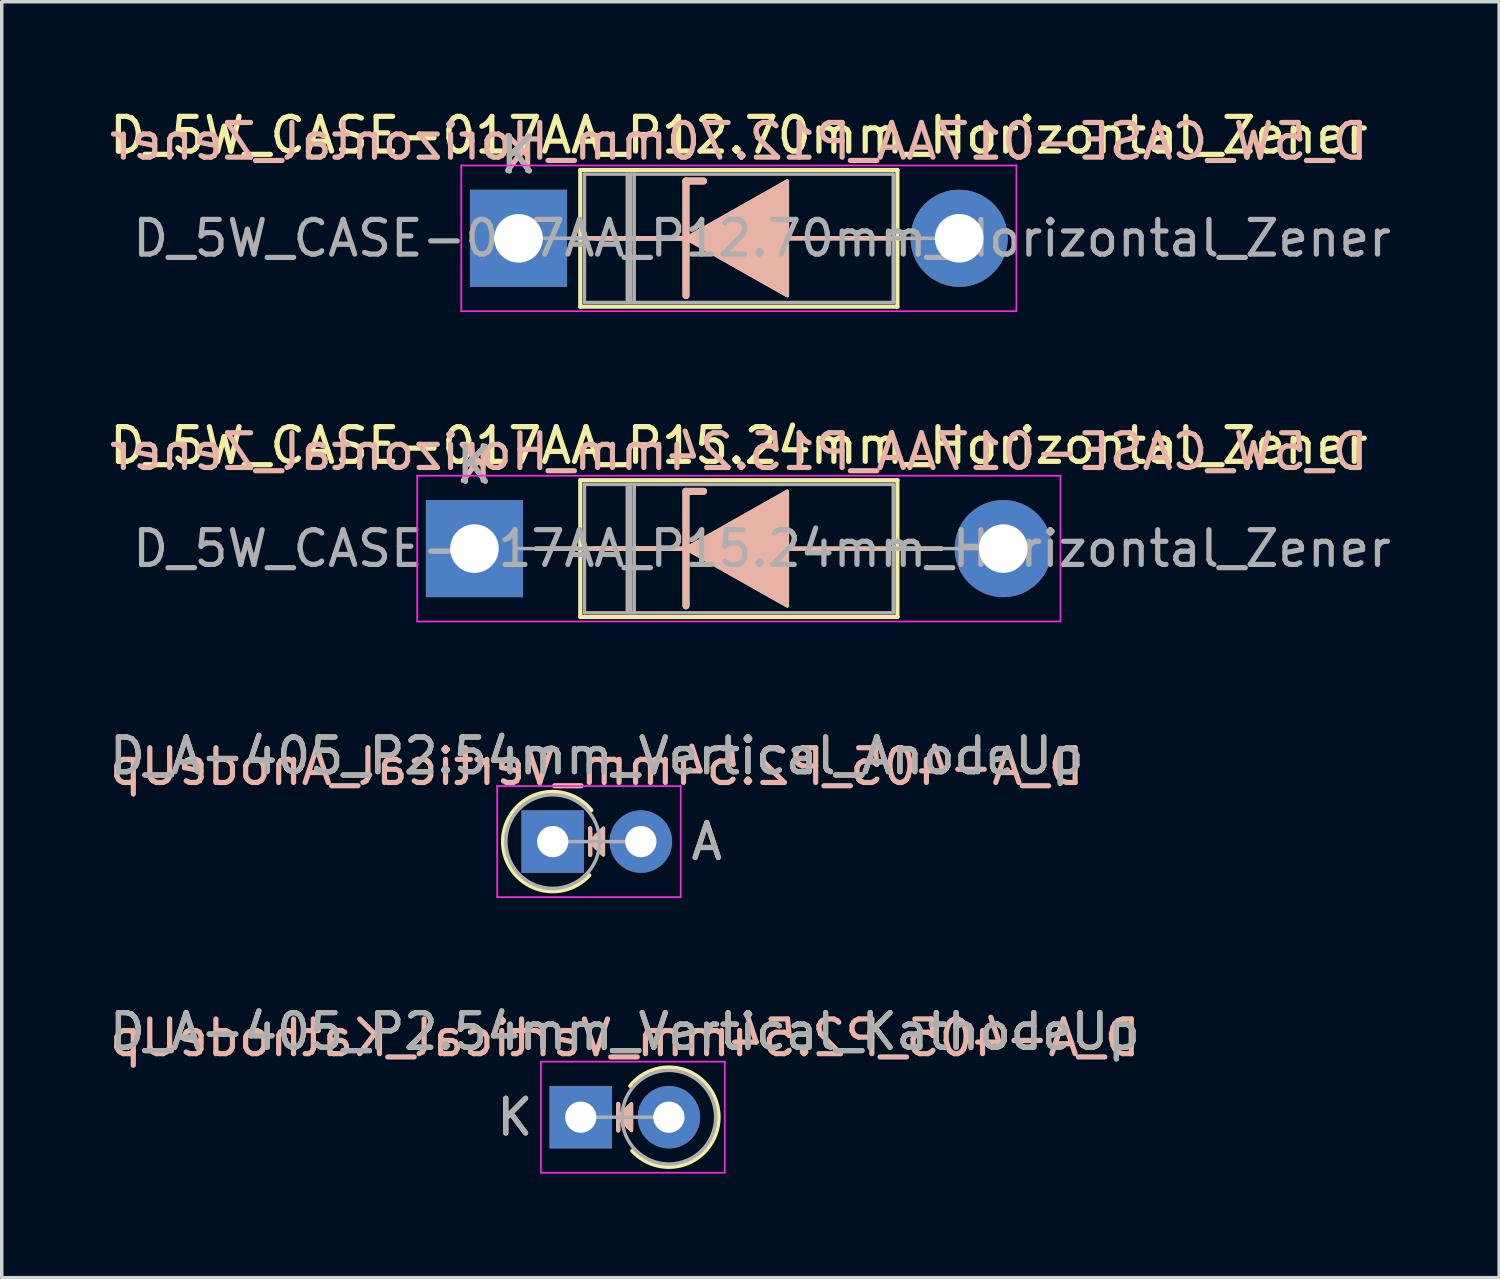
<source format=kicad_pcb>
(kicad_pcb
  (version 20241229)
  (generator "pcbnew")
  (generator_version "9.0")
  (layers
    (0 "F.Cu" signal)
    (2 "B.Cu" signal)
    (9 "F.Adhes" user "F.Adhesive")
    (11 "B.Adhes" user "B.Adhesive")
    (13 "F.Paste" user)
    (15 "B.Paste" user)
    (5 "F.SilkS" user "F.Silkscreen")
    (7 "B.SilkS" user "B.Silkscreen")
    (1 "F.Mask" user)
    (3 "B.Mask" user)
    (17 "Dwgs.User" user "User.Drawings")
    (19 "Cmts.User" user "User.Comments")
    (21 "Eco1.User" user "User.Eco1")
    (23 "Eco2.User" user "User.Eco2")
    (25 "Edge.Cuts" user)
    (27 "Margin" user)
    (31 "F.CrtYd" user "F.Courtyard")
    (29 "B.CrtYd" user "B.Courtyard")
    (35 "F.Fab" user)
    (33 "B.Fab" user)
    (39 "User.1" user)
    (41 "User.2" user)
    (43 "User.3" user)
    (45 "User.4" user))
  (footprint "D_5W_CASE-017AA_P15.24mm_Horizontal_Zener"
    (layer "F.Cu")
    (at 10.624 12.761)
    (property "Reference" "D_5W_CASE-017AA_P15.24mm_Horizontal_Zener" (at 7.62 -2.97 0) (layer "F.SilkS") (effects (font (size 1 1) (thickness 0.15))))
    (fp_line (start 1.778 0) (end 6.096 0) (stroke (width 0.12) (type solid)) (layer "F.SilkS"))
    (fp_line (start 3.05 -1.97) (end 3.05 1.97) (stroke (width 0.12) (type solid)) (layer "F.SilkS"))
    (fp_line (start 3.05 1.97) (end 12.19 1.97) (stroke (width 0.12) (type solid)) (layer "F.SilkS"))
    (fp_line (start 5.87 0) (end 3.47 0) (stroke (width 0.12) (type solid)) (layer "F.SilkS"))
    (fp_line (start 6.096 -1.651) (end 6.096 1.651) (stroke (width 0.2) (type solid)) (layer "F.SilkS"))
    (fp_line (start 6.096 -1.651) (end 6.604 -1.651) (stroke (width 0.2) (type solid)) (layer "F.SilkS"))
    (fp_line (start 12.19 -1.97) (end 3.05 -1.97) (stroke (width 0.12) (type solid)) (layer "F.SilkS"))
    (fp_line (start 12.19 1.97) (end 12.19 -1.97) (stroke (width 0.12) (type solid)) (layer "F.SilkS"))
    (fp_line (start 13.462 0) (end 8.89 0) (stroke (width 0.12) (type solid)) (layer "F.SilkS"))
    (fp_poly (pts (xy 9.017 1.651) (xy 6.096 0) (xy 9.017 -1.651)) (stroke (width 0.1) (type solid)) (fill yes) (layer "F.SilkS"))
    (fp_line (start 1.778 0) (end 6.096 0) (stroke (width 0.12) (type solid)) (layer "B.SilkS"))
    (fp_line (start 5.87 0) (end 3.47 0) (stroke (width 0.12) (type solid)) (layer "B.SilkS"))
    (fp_line (start 6.096 -1.651) (end 6.604 -1.651) (stroke (width 0.2) (type solid)) (layer "B.SilkS"))
    (fp_line (start 6.096 1.651) (end 6.096 -1.651) (stroke (width 0.2) (type solid)) (layer "B.SilkS"))
    (fp_line (start 13.462 0) (end 8.89 0) (stroke (width 0.12) (type solid)) (layer "B.SilkS"))
    (fp_poly (pts (xy 9.017 -1.651) (xy 6.096 0) (xy 9.017 1.651)) (stroke (width 0.1) (type solid)) (fill yes) (layer "B.SilkS"))
    (fp_line (start -1.65 -2.1) (end -1.65 2.1) (stroke (width 0.05) (type solid)) (layer "F.CrtYd"))
    (fp_line (start -1.65 2.1) (end 16.89 2.1) (stroke (width 0.05) (type solid)) (layer "F.CrtYd"))
    (fp_line (start 16.89 -2.1) (end -1.65 -2.1) (stroke (width 0.05) (type solid)) (layer "F.CrtYd"))
    (fp_line (start 16.89 2.1) (end 16.89 -2.1) (stroke (width 0.05) (type solid)) (layer "F.CrtYd"))
    (fp_line (start 1.27 0) (end 3.17 0) (stroke (width 0.1) (type solid)) (layer "F.Fab"))
    (fp_line (start 3.17 -1.85) (end 3.17 1.85) (stroke (width 0.1) (type solid)) (layer "F.Fab"))
    (fp_line (start 3.17 1.85) (end 12.07 1.85) (stroke (width 0.1) (type solid)) (layer "F.Fab"))
    (fp_line (start 4.405 -1.85) (end 4.405 1.85) (stroke (width 0.1) (type solid)) (layer "F.Fab"))
    (fp_line (start 4.505 -1.85) (end 4.505 1.85) (stroke (width 0.1) (type solid)) (layer "F.Fab"))
    (fp_line (start 4.605 -1.85) (end 4.605 1.85) (stroke (width 0.1) (type solid)) (layer "F.Fab"))
    (fp_line (start 12.07 -1.85) (end 3.17 -1.85) (stroke (width 0.1) (type solid)) (layer "F.Fab"))
    (fp_line (start 12.07 1.85) (end 12.07 -1.85) (stroke (width 0.1) (type solid)) (layer "F.Fab"))
    (fp_line (start 15.24 0) (end 12.07 0) (stroke (width 0.1) (type solid)) (layer "F.Fab"))
    (fp_text user "K" (at 0 -2.4 0) (layer "F.SilkS") (effects (font (size 1 1) (thickness 0.15))))
    (fp_text user "K" (at -0.012 -2.421 0) (layer "B.SilkS") (effects (font (size 1 1) (thickness 0.15)) (justify mirror)))
    (fp_text user "${REFERENCE}" (at 7.62 -2.794 0) (layer "B.SilkS") (effects (font (size 1 1) (thickness 0.15)) (justify mirror)))
    (fp_text user "${REFERENCE}" (at 8.287 0 0) (layer "F.Fab") (effects (font (size 1 1) (thickness 0.15))))
    (fp_text user "K" (at 0 -2.4 0) (layer "F.Fab") (effects (font (size 1 1) (thickness 0.15))))
    (pad "1" thru_hole rect (at 0 0) (size 2.8 2.8) (drill 1.4) (layers "*.Cu" "*.Mask"))
    (pad "2" thru_hole oval (at 15.24 0) (size 2.8 2.8) (drill 1.4) (layers "*.Cu" "*.Mask")))
  (footprint "D_A-405_P2.54mm_Vertical_KathodeUp"
    (layer "F.Cu")
    (at 13.688 29.148)
    (property "Reference" "D_A-405_P2.54mm_Vertical_KathodeUp" (at 1.27 -2.47 0) (layer "F.SilkS") (effects (font (size 1 1) (thickness 0.15))))
    (fp_line (start 1.079 -0.381) (end 1.079 0.381) (stroke (width 0.12) (type solid)) (layer "F.SilkS"))
    (fp_arc (start 1.426761 -0.9) (mid 3.970816 -0.045469) (end 1.48615 0.968866) (stroke (width 0.12) (type solid)) (layer "F.SilkS"))
    (fp_poly (pts (xy 1.46 0.381) (xy 1.079 0) (xy 1.46 -0.381)) (stroke (width 0.1) (type solid)) (fill yes) (layer "F.SilkS"))
    (fp_line (start 1.079 0.381) (end 1.079 -0.381) (stroke (width 0.12) (type solid)) (layer "B.SilkS"))
    (fp_poly (pts (xy 1.46 -0.381) (xy 1.079 0) (xy 1.46 0.381)) (stroke (width 0.1) (type solid)) (fill yes) (layer "B.SilkS"))
    (fp_line (start -1.15 -1.6) (end -1.15 1.6) (stroke (width 0.05) (type solid)) (layer "F.CrtYd"))
    (fp_line (start -1.15 1.6) (end 4.15 1.6) (stroke (width 0.05) (type solid)) (layer "F.CrtYd"))
    (fp_line (start 4.15 -1.6) (end -1.15 -1.6) (stroke (width 0.05) (type solid)) (layer "F.CrtYd"))
    (fp_line (start 4.15 1.6) (end 4.15 -1.6) (stroke (width 0.05) (type solid)) (layer "F.CrtYd"))
    (fp_line (start 0 0) (end 2.54 0) (stroke (width 0.1) (type solid)) (layer "F.Fab"))
    (fp_circle (center 2.54 0) (end 3.89 0) (stroke (width 0.1) (type solid)) (fill no) (layer "F.Fab"))
    (fp_text user "K" (at -1.9 0 0) (layer "F.SilkS") (effects (font (size 1 1) (thickness 0.15))))
    (fp_text user "${REFERENCE}" (at 1.27 -2.286 0) (layer "B.SilkS") (effects (font (size 1 1) (thickness 0.15)) (justify mirror)))
    (fp_text user "K" (at -1.9 0 0) (layer "F.Fab") (effects (font (size 1 1) (thickness 0.15))))
    (fp_text user "${REFERENCE}" (at 1.27 -2.47 0) (layer "F.Fab") (effects (font (size 1 1) (thickness 0.15))))
    (pad "1" thru_hole rect (at 0 0) (size 1.8 1.8) (drill 0.9) (layers "*.Cu" "*.Mask"))
    (pad "2" thru_hole oval (at 2.54 0) (size 1.8 1.8) (drill 0.9) (layers "*.Cu" "*.Mask")))
  (footprint "D_A-405_P2.54mm_Vertical_AnodeUp"
    (layer "F.Cu")
    (at 12.879 21.205)
    (property "Reference" "D_A-405_P2.54mm_Vertical_AnodeUp" (at 1.27 -2.47 0) (layer "F.SilkS") (effects (font (size 1 1) (thickness 0.15))))
    (fp_line (start 1.079 -0.381) (end 1.079 0.381) (stroke (width 0.12) (type solid)) (layer "F.SilkS"))
    (fp_arc (start 1.05385 0.968866) (mid -1.430816 -0.045469) (end 1.113239 -0.9) (stroke (width 0.12) (type solid)) (layer "F.SilkS"))
    (fp_poly (pts (xy 1.46 0.381) (xy 1.079 0) (xy 1.46 -0.381)) (stroke (width 0.1) (type solid)) (fill yes) (layer "F.SilkS"))
    (fp_line (start 1.079 0.381) (end 1.079 -0.381) (stroke (width 0.12) (type solid)) (layer "B.SilkS"))
    (fp_poly (pts (xy 1.46 -0.381) (xy 1.079 0) (xy 1.46 0.381)) (stroke (width 0.1) (type solid)) (fill yes) (layer "B.SilkS"))
    (fp_line (start -1.6 -1.6) (end -1.6 1.6) (stroke (width 0.05) (type solid)) (layer "F.CrtYd"))
    (fp_line (start -1.6 1.6) (end 3.69 1.6) (stroke (width 0.05) (type solid)) (layer "F.CrtYd"))
    (fp_line (start 3.69 -1.6) (end -1.6 -1.6) (stroke (width 0.05) (type solid)) (layer "F.CrtYd"))
    (fp_line (start 3.69 1.6) (end 3.69 -1.6) (stroke (width 0.05) (type solid)) (layer "F.CrtYd"))
    (fp_line (start 0 0) (end 2.54 0) (stroke (width 0.1) (type solid)) (layer "F.Fab"))
    (fp_circle (center 0 0) (end 1.35 0) (stroke (width 0.1) (type solid)) (fill no) (layer "F.Fab"))
    (fp_text user "A" (at 4.44 0 0) (layer "F.SilkS") (effects (font (size 1 1) (thickness 0.15))))
    (fp_text user "${REFERENCE}" (at 1.27 -2.159 0) (layer "B.SilkS") (effects (font (size 1 1) (thickness 0.15)) (justify mirror)))
    (fp_text user "${REFERENCE}" (at 1.27 -2.47 0) (layer "F.Fab") (effects (font (size 1 1) (thickness 0.15))))
    (fp_text user "A" (at 4.44 0 0) (layer "F.Fab") (effects (font (size 1 1) (thickness 0.15))))
    (pad "1" thru_hole rect (at 0 0) (size 1.8 1.8) (drill 0.9) (layers "*.Cu" "*.Mask"))
    (pad "2" thru_hole oval (at 2.54 0) (size 1.8 1.8) (drill 0.9) (layers "*.Cu" "*.Mask")))
  (footprint "D_5W_CASE-017AA_P12.70mm_Horizontal_Zener"
    (layer "F.Cu")
    (at 11.894 3.818)
    (property "Reference" "D_5W_CASE-017AA_P12.70mm_Horizontal_Zener" (at 6.35 -2.97 0) (layer "F.SilkS") (effects (font (size 1 1) (thickness 0.15))))
    (fp_line (start 1.64 0) (end 1.78 0) (stroke (width 0.12) (type solid)) (layer "F.SilkS"))
    (fp_line (start 1.78 -1.97) (end 1.78 1.97) (stroke (width 0.12) (type solid)) (layer "F.SilkS"))
    (fp_line (start 1.78 0) (end 4.826 0) (stroke (width 0.12) (type solid)) (layer "F.SilkS"))
    (fp_line (start 1.78 1.97) (end 10.92 1.97) (stroke (width 0.12) (type solid)) (layer "F.SilkS"))
    (fp_line (start 4.699 0) (end 2.2 0) (stroke (width 0.12) (type solid)) (layer "F.SilkS"))
    (fp_line (start 4.826 -1.651) (end 4.826 1.651) (stroke (width 0.2) (type solid)) (layer "F.SilkS"))
    (fp_line (start 4.826 -1.651) (end 5.334 -1.651) (stroke (width 0.2) (type solid)) (layer "F.SilkS"))
    (fp_line (start 10.92 -1.97) (end 1.78 -1.97) (stroke (width 0.12) (type solid)) (layer "F.SilkS"))
    (fp_line (start 10.92 0) (end 7.62 0) (stroke (width 0.12) (type solid)) (layer "F.SilkS"))
    (fp_line (start 10.92 1.97) (end 10.92 -1.97) (stroke (width 0.12) (type solid)) (layer "F.SilkS"))
    (fp_line (start 11.06 0) (end 10.92 0) (stroke (width 0.12) (type solid)) (layer "F.SilkS"))
    (fp_poly (pts (xy 7.747 1.651) (xy 4.826 0) (xy 7.747 -1.651)) (stroke (width 0.1) (type solid)) (fill yes) (layer "F.SilkS"))
    (fp_line (start 1.64 0) (end 1.78 0) (stroke (width 0.12) (type solid)) (layer "B.SilkS"))
    (fp_line (start 1.78 0) (end 4.826 0) (stroke (width 0.12) (type solid)) (layer "B.SilkS"))
    (fp_line (start 4.699 0) (end 2.2 0) (stroke (width 0.12) (type solid)) (layer "B.SilkS"))
    (fp_line (start 4.826 -1.651) (end 5.334 -1.651) (stroke (width 0.2) (type solid)) (layer "B.SilkS"))
    (fp_line (start 4.826 1.651) (end 4.826 -1.651) (stroke (width 0.2) (type solid)) (layer "B.SilkS"))
    (fp_line (start 10.92 0) (end 7.62 0) (stroke (width 0.12) (type solid)) (layer "B.SilkS"))
    (fp_line (start 11.06 0) (end 10.92 0) (stroke (width 0.12) (type solid)) (layer "B.SilkS"))
    (fp_poly (pts (xy 7.747 -1.651) (xy 4.826 0) (xy 7.747 1.651)) (stroke (width 0.1) (type solid)) (fill yes) (layer "B.SilkS"))
    (fp_line (start -1.65 -2.1) (end -1.65 2.1) (stroke (width 0.05) (type solid)) (layer "F.CrtYd"))
    (fp_line (start -1.65 2.1) (end 14.35 2.1) (stroke (width 0.05) (type solid)) (layer "F.CrtYd"))
    (fp_line (start 14.35 -2.1) (end -1.65 -2.1) (stroke (width 0.05) (type solid)) (layer "F.CrtYd"))
    (fp_line (start 14.35 2.1) (end 14.35 -2.1) (stroke (width 0.05) (type solid)) (layer "F.CrtYd"))
    (fp_line (start 0 0) (end 1.9 0) (stroke (width 0.1) (type solid)) (layer "F.Fab"))
    (fp_line (start 1.9 -1.85) (end 1.9 1.85) (stroke (width 0.1) (type solid)) (layer "F.Fab"))
    (fp_line (start 1.9 1.85) (end 10.8 1.85) (stroke (width 0.1) (type solid)) (layer "F.Fab"))
    (fp_line (start 3.135 -1.85) (end 3.135 1.85) (stroke (width 0.1) (type solid)) (layer "F.Fab"))
    (fp_line (start 3.235 -1.85) (end 3.235 1.85) (stroke (width 0.1) (type solid)) (layer "F.Fab"))
    (fp_line (start 3.335 -1.85) (end 3.335 1.85) (stroke (width 0.1) (type solid)) (layer "F.Fab"))
    (fp_line (start 10.8 -1.85) (end 1.9 -1.85) (stroke (width 0.1) (type solid)) (layer "F.Fab"))
    (fp_line (start 10.8 1.85) (end 10.8 -1.85) (stroke (width 0.1) (type solid)) (layer "F.Fab"))
    (fp_line (start 12.7 0) (end 10.8 0) (stroke (width 0.1) (type solid)) (layer "F.Fab"))
    (fp_text user "K" (at 0 -2.4 0) (layer "F.SilkS") (effects (font (size 1 1) (thickness 0.15))))
    (fp_text user "K" (at 0 -2.413 0) (layer "B.SilkS") (effects (font (size 1 1) (thickness 0.15)) (justify mirror)))
    (fp_text user "${REFERENCE}" (at 6.35 -2.794 0) (layer "B.SilkS") (effects (font (size 1 1) (thickness 0.15)) (justify mirror)))
    (fp_text user "K" (at 0 -2.4 0) (layer "F.Fab") (effects (font (size 1 1) (thickness 0.15))))
    (fp_text user "${REFERENCE}" (at 7.018 0 0) (layer "F.Fab") (effects (font (size 1 1) (thickness 0.15))))
    (pad "1" thru_hole rect (at 0 0) (size 2.8 2.8) (drill 1.4) (layers "*.Cu" "*.Mask"))
    (pad "2" thru_hole oval (at 12.7 0) (size 2.8 2.8) (drill 1.4) (layers "*.Cu" "*.Mask")))
  (gr_rect
    (start -3 -3)
    (end 40.156 33.773)
    (stroke (width 0.1) (type default))
    (fill no)
    (layer "Edge.Cuts")))
</source>
